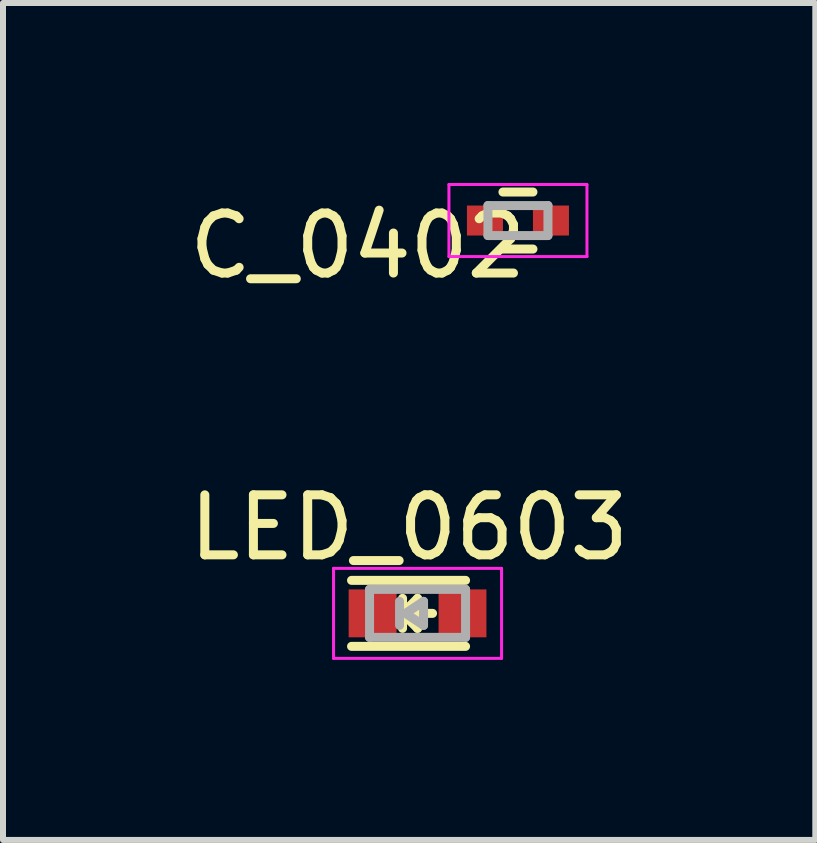
<source format=kicad_pcb>
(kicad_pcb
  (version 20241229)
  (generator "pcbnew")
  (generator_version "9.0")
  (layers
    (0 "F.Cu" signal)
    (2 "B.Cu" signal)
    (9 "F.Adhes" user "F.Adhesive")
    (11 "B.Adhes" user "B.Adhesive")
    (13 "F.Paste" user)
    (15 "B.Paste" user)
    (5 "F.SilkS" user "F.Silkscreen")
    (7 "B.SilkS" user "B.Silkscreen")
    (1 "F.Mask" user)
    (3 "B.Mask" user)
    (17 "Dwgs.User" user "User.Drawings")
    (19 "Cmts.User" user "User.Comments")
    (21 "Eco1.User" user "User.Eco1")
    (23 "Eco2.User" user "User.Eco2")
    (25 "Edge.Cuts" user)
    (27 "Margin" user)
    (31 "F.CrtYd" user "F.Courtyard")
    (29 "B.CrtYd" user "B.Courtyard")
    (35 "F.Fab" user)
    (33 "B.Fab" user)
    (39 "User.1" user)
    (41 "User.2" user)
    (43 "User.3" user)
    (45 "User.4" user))
  (footprint "LED_0603"
    (layer "F.Cu")
    (at 3.908 7.171)
    (property "Reference" "LED_0603" (at -0.14 -1.43 0) (layer "F.SilkS") (effects (font (size 1 1) (thickness 0.15))))
    (attr smd)
    (fp_line (start -1.1 -0.55) (end 0.8 -0.55) (stroke (width 0.15) (type solid)) (layer "F.SilkS"))
    (fp_line (start -1.1 0.55) (end 0.8 0.55) (stroke (width 0.15) (type solid)) (layer "F.SilkS"))
    (fp_line (start -0.25 -0.25) (end -0.25 0.25) (stroke (width 0.15) (type solid)) (layer "F.SilkS"))
    (fp_line (start -0.25 0) (end 0 -0.25) (stroke (width 0.15) (type solid)) (layer "F.SilkS"))
    (fp_line (start -0.2 0) (end 0.25 0) (stroke (width 0.15) (type solid)) (layer "F.SilkS"))
    (fp_line (start 0 -0.25) (end 0 0.25) (stroke (width 0.15) (type solid)) (layer "F.SilkS"))
    (fp_line (start 0 0.25) (end -0.25 0) (stroke (width 0.15) (type solid)) (layer "F.SilkS"))
    (fp_line (start -1.4 -0.75) (end 1.4 -0.75) (stroke (width 0.05) (type solid)) (layer "F.CrtYd"))
    (fp_line (start -1.4 0.75) (end -1.4 -0.75) (stroke (width 0.05) (type solid)) (layer "F.CrtYd"))
    (fp_line (start 1.4 -0.75) (end 1.4 0.75) (stroke (width 0.05) (type solid)) (layer "F.CrtYd"))
    (fp_line (start 1.4 0.75) (end -1.4 0.75) (stroke (width 0.05) (type solid)) (layer "F.CrtYd"))
    (fp_line (start -0.8 -0.4) (end 0.8 -0.4) (stroke (width 0.15) (type solid)) (layer "F.Fab"))
    (fp_line (start -0.8 0.4) (end -0.8 -0.4) (stroke (width 0.15) (type solid)) (layer "F.Fab"))
    (fp_line (start -0.3 -0.2) (end -0.3 0.2) (stroke (width 0.15) (type solid)) (layer "F.Fab"))
    (fp_line (start -0.2 0) (end 0.1 -0.2) (stroke (width 0.15) (type solid)) (layer "F.Fab"))
    (fp_line (start 0.1 -0.2) (end 0.1 0.2) (stroke (width 0.15) (type solid)) (layer "F.Fab"))
    (fp_line (start 0.1 0.2) (end -0.2 0) (stroke (width 0.15) (type solid)) (layer "F.Fab"))
    (fp_line (start 0.8 -0.4) (end 0.8 0.4) (stroke (width 0.15) (type solid)) (layer "F.Fab"))
    (fp_line (start 0.8 0.4) (end -0.8 0.4) (stroke (width 0.15) (type solid)) (layer "F.Fab"))
    (pad "1" smd rect (at -0.749 0 180) (size 0.798 0.798) (layers "F.Cu" "F.Mask" "F.Paste"))
    (pad "2" smd rect (at 0.749 0 180) (size 0.798 0.798) (layers "F.Cu" "F.Mask" "F.Paste")))
  (footprint "C_0402"
    (layer "F.Cu")
    (at 5.581 0.625)
    (property "Reference" "C_0402" (at -2.67 0.42 0) (layer "F.SilkS") (effects (font (size 1 1) (thickness 0.15))))
    (attr smd)
    (fp_line (start -0.25 0.475) (end 0.25 0.475) (stroke (width 0.15) (type solid)) (layer "F.SilkS"))
    (fp_line (start 0.25 -0.475) (end -0.25 -0.475) (stroke (width 0.15) (type solid)) (layer "F.SilkS"))
    (fp_line (start -1.15 -0.6) (end -1.15 0.6) (stroke (width 0.05) (type solid)) (layer "F.CrtYd"))
    (fp_line (start -1.15 -0.6) (end 1.15 -0.6) (stroke (width 0.05) (type solid)) (layer "F.CrtYd"))
    (fp_line (start -1.15 0.6) (end 1.15 0.6) (stroke (width 0.05) (type solid)) (layer "F.CrtYd"))
    (fp_line (start 1.15 -0.6) (end 1.15 0.6) (stroke (width 0.05) (type solid)) (layer "F.CrtYd"))
    (fp_line (start -0.5 -0.25) (end 0.5 -0.25) (stroke (width 0.15) (type solid)) (layer "F.Fab"))
    (fp_line (start -0.5 0.25) (end -0.5 -0.25) (stroke (width 0.15) (type solid)) (layer "F.Fab"))
    (fp_line (start 0.5 -0.25) (end 0.5 0.25) (stroke (width 0.15) (type solid)) (layer "F.Fab"))
    (fp_line (start 0.5 0.25) (end -0.5 0.25) (stroke (width 0.15) (type solid)) (layer "F.Fab"))
    (pad "1" smd rect (at -0.55 0) (size 0.6 0.5) (layers "F.Cu" "F.Mask" "F.Paste"))
    (pad "2" smd rect (at 0.55 0) (size 0.6 0.5) (layers "F.Cu" "F.Mask" "F.Paste")))
  (gr_rect
    (start -3 -3)
    (end 10.536 10.947)
    (stroke (width 0.1) (type default))
    (fill no)
    (layer "Edge.Cuts")))
</source>
